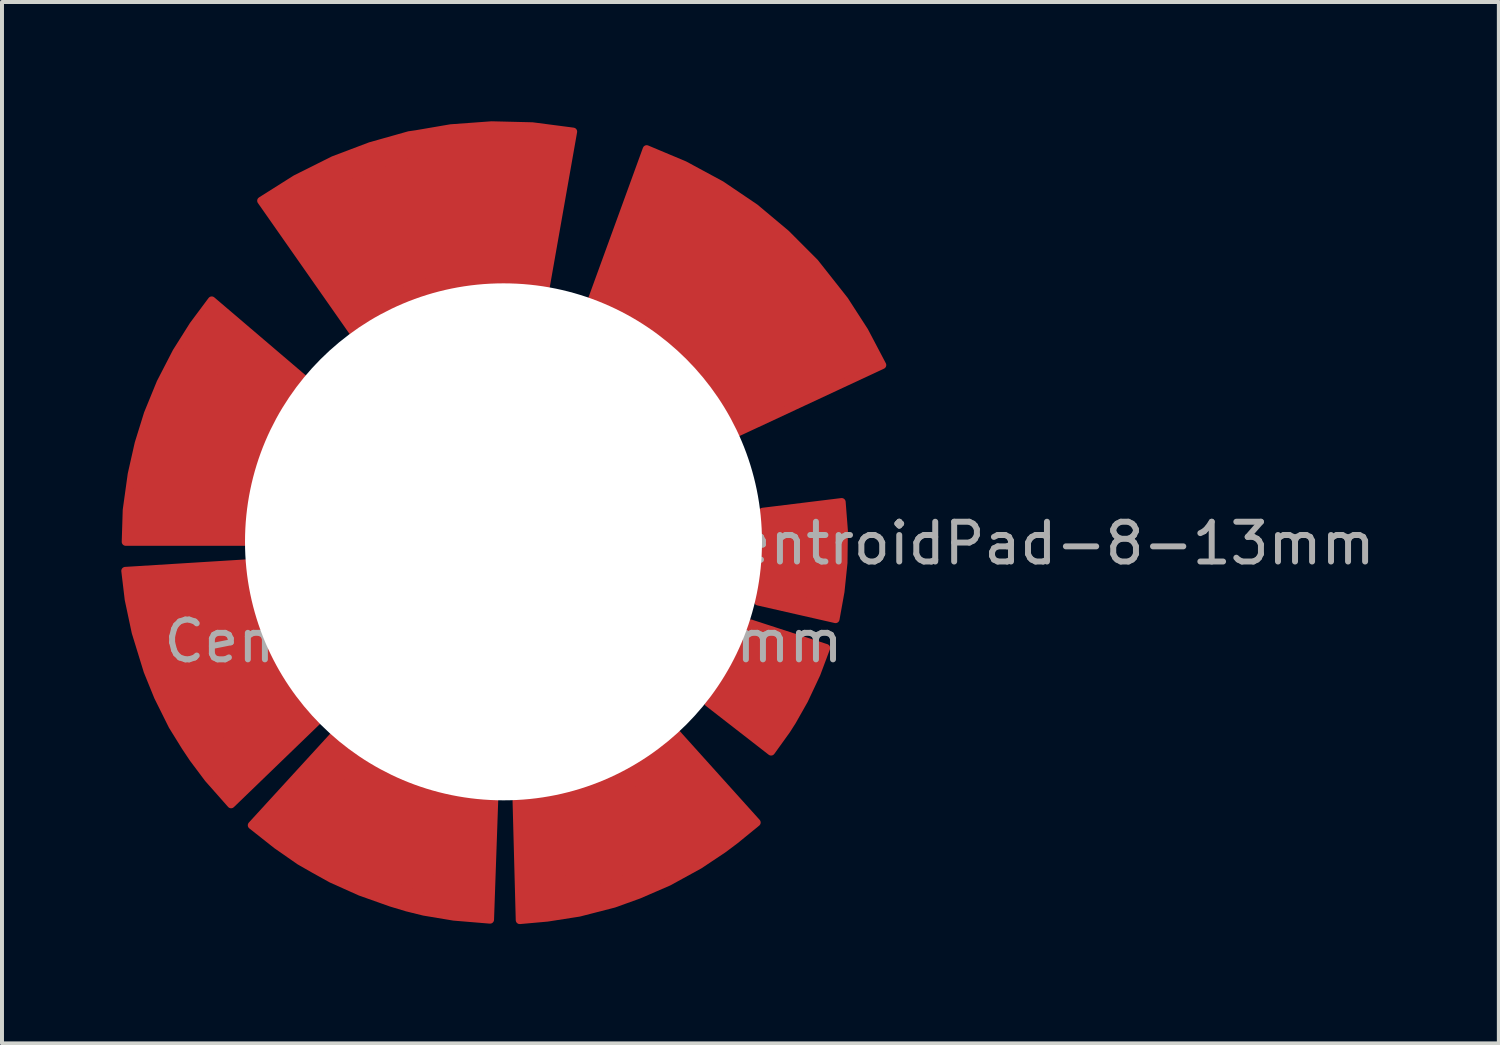
<source format=kicad_pcb>
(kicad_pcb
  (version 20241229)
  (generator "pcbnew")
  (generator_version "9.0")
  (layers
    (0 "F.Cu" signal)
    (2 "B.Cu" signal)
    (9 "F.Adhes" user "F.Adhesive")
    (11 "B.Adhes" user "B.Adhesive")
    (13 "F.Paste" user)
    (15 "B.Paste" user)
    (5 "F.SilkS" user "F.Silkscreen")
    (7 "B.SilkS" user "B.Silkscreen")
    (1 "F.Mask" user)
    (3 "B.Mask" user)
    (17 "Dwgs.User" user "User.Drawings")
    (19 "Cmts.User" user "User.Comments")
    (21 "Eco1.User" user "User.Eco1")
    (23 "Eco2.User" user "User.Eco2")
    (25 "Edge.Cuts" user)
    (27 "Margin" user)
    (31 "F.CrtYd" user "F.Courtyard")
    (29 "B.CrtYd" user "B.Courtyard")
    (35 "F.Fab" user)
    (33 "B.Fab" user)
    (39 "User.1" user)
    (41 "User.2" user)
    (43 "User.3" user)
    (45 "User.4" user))
  (footprint "CentroidPad-8-13mm"
    (layer "F.Cu")
    (at 9.611 10.575)
    (property "Reference" "CentroidPad-8-13mm" (at 13.38 0.04 0) (unlocked yes) (layer "F.Fab") (effects (font (size 1 1) (thickness 0.15))))
    (attr smd)
    (fp_poly (pts (xy 8.35 1.944) (xy 8.475 1.25) (xy 8.55 0.525) (xy 8.56 -0.28) (xy 8.504 -1.001) (xy 6.519 -0.757) (xy 6.57 -0.23) (xy 6.56 0.36) (xy 6.5 0.97) (xy 6.4 1.5) (xy 8.35 1.944)) (stroke (width 0.2) (type solid)) (fill yes) (layer "F.Cu"))
    (fp_poly (pts (xy 6.729 5.274) (xy 7.12 4.73) (xy 7.26 4.51) (xy 7.56 3.98) (xy 7.87 3.32) (xy 8.114 2.669) (xy 6.212 2.051) (xy 6 2.59) (xy 5.78 3.08) (xy 5.45 3.62) (xy 5.15 4.047) (xy 6.729 5.274)) (stroke (width 0.2) (type solid)) (fill yes) (layer "F.Cu"))
    (fp_poly (pts (xy -6.85 6.6) (xy -4.692 4.516) (xy -5.15 4) (xy -5.65 3.275) (xy -5.975 2.65) (xy -6.225 2) (xy -6.4 1.272) (xy -6.494 0.543) (xy -9.511 0.73) (xy -9.425 1.45) (xy -9.25 2.275) (xy -8.95 3.25) (xy -8.688 3.895) (xy -8.325 4.625) (xy -8 5.15) (xy -7.8 5.45) (xy -7.425 5.95) (xy -6.85 6.6)) (stroke (width 0.2) (type solid)) (fill yes) (layer "F.Cu"))
    (fp_poly (pts (xy 0.408 9.512) (xy 0.327 6.49) (xy 1.125 6.4) (xy 1.9 6.225) (xy 2.6 5.975) (xy 3.2 5.675) (xy 3.65 5.375) (xy 4.36 4.828) (xy 6.367 7.058) (xy 5.825 7.5) (xy 5.525 7.725) (xy 4.925 8.125) (xy 4.15 8.55) (xy 3.4 8.875) (xy 2.775 9.1) (xy 1.9 9.325) (xy 1.1 9.45) (xy 0.408 9.512)) (stroke (width 0.2) (type solid)) (fill yes) (layer "F.Cu"))
    (fp_poly (pts (xy -7.337 -6.071) (xy -7.8 -5.45) (xy -8.225 -4.775) (xy -8.625 -4) (xy -8.943 -3.222) (xy -9.175 -2.475) (xy -9.35 -1.7) (xy -9.475 -0.8) (xy -9.5 0) (xy -6.5 0) (xy -6.5 -0.45) (xy -6.425 -1.075) (xy -6.3 -1.65) (xy -6.123 -2.181) (xy -5.85 -2.85) (xy -5.65 -3.25) (xy -5.388 -3.65) (xy -5.036 -4.109) (xy -7.337 -6.071)) (stroke (width 0.2) (type solid)) (fill yes) (layer "F.Cu"))
    (fp_poly (pts (xy -0.338 9.501) (xy -0.233 6.503) (xy -0.725 6.475) (xy -1.5 6.35) (xy -2.15 6.15) (xy -2.925 5.825) (xy -3.575 5.45) (xy -3.95 5.175) (xy -4.289 4.897) (xy -6.33 7.127) (xy -5.7 7.625) (xy -5.125 8.025) (xy -4.775 8.225) (xy -4.325 8.475) (xy -3.6 8.8) (xy -2.825 9.075) (xy -2.425 9.195) (xy -2 9.3) (xy -1.25 9.425) (xy -0.338 9.501)) (stroke (width 0.2) (type solid)) (fill yes) (layer "F.Cu"))
    (fp_poly (pts (xy 2.232 -6.116) (xy 3.6 -9.874) (xy 4.55 -9.475) (xy 5.475 -8.975) (xy 6.325 -8.4) (xy 7.102 -7.749) (xy 7.825 -7.025) (xy 8.575 -6.075) (xy 9.075 -5.3) (xy 9.525 -4.445) (xy 5.9 -2.755) (xy 5.575 -3.375) (xy 5.25 -3.875) (xy 4.85 -4.375) (xy 4.35 -4.85) (xy 3.925 -5.2) (xy 3.575 -5.475) (xy 3.2 -5.7) (xy 2.675 -5.95) (xy 2.232 -6.116)) (stroke (width 0.2) (type solid)) (fill yes) (layer "F.Cu"))
    (fp_poly (pts (xy 1.752 -10.316) (xy 1.057 -6.377) (xy 0.425 -6.475) (xy -0.2 -6.475) (xy -0.85 -6.45) (xy -1.479 -6.321) (xy -2.125 -6.15) (xy -2.7 -5.925) (xy -3.275 -5.65) (xy -3.8 -5.3) (xy -6.094 -8.577) (xy -5.225 -9.125) (xy -5.075 -9.2) (xy -4.275 -9.6) (xy -3.35 -9.95) (xy -2.375 -10.225) (xy -2.2 -10.25) (xy -1.325 -10.4) (xy -0.3 -10.475) (xy 0.725 -10.45) (xy 1.752 -10.316)) (stroke (width 0.2) (type solid)) (fill yes) (layer "F.Cu"))
    (fp_poly (pts (xy 8.35 1.944) (xy 8.475 1.25) (xy 8.55 0.525) (xy 8.56 -0.28) (xy 8.504 -1.001) (xy 6.519 -0.757) (xy 6.57 -0.23) (xy 6.56 0.36) (xy 6.5 0.97) (xy 6.4 1.5) (xy 8.35 1.944)) (stroke (width 0.2) (type solid)) (fill yes) (layer "F.Mask"))
    (fp_poly (pts (xy 6.729 5.274) (xy 7.12 4.73) (xy 7.26 4.51) (xy 7.56 3.98) (xy 7.87 3.32) (xy 8.114 2.669) (xy 6.212 2.051) (xy 6 2.59) (xy 5.78 3.08) (xy 5.45 3.62) (xy 5.15 4.047) (xy 6.729 5.274)) (stroke (width 0.2) (type solid)) (fill yes) (layer "F.Mask"))
    (fp_poly (pts (xy -6.85 6.6) (xy -4.692 4.516) (xy -5.15 4) (xy -5.65 3.275) (xy -5.975 2.65) (xy -6.225 2) (xy -6.4 1.272) (xy -6.494 0.543) (xy -9.511 0.73) (xy -9.425 1.45) (xy -9.25 2.275) (xy -8.95 3.25) (xy -8.688 3.895) (xy -8.325 4.625) (xy -8 5.15) (xy -7.8 5.45) (xy -7.425 5.95) (xy -6.85 6.6)) (stroke (width 0.2) (type solid)) (fill yes) (layer "F.Mask"))
    (fp_poly (pts (xy 0.408 9.512) (xy 0.327 6.49) (xy 1.125 6.4) (xy 1.9 6.225) (xy 2.6 5.975) (xy 3.2 5.675) (xy 3.65 5.375) (xy 4.36 4.828) (xy 6.367 7.058) (xy 5.825 7.5) (xy 5.525 7.725) (xy 4.925 8.125) (xy 4.15 8.55) (xy 3.4 8.875) (xy 2.775 9.1) (xy 1.9 9.325) (xy 1.1 9.45) (xy 0.408 9.512)) (stroke (width 0.2) (type solid)) (fill yes) (layer "F.Mask"))
    (fp_poly (pts (xy -7.337 -6.071) (xy -7.8 -5.45) (xy -8.225 -4.775) (xy -8.625 -4) (xy -8.943 -3.222) (xy -9.175 -2.475) (xy -9.35 -1.7) (xy -9.475 -0.8) (xy -9.5 0) (xy -6.5 0) (xy -6.5 -0.45) (xy -6.425 -1.075) (xy -6.3 -1.65) (xy -6.123 -2.181) (xy -5.85 -2.85) (xy -5.65 -3.25) (xy -5.388 -3.65) (xy -5.036 -4.109) (xy -7.337 -6.071)) (stroke (width 0.2) (type solid)) (fill yes) (layer "F.Mask"))
    (fp_poly (pts (xy -0.338 9.501) (xy -0.233 6.503) (xy -0.725 6.475) (xy -1.5 6.35) (xy -2.15 6.15) (xy -2.925 5.825) (xy -3.575 5.45) (xy -3.95 5.175) (xy -4.289 4.897) (xy -6.33 7.127) (xy -5.7 7.625) (xy -5.125 8.025) (xy -4.775 8.225) (xy -4.325 8.475) (xy -3.6 8.8) (xy -2.825 9.075) (xy -2.425 9.195) (xy -2 9.3) (xy -1.25 9.425) (xy -0.338 9.501)) (stroke (width 0.2) (type solid)) (fill yes) (layer "F.Mask"))
    (fp_poly (pts (xy 2.232 -6.116) (xy 3.6 -9.874) (xy 4.55 -9.475) (xy 5.475 -8.975) (xy 6.325 -8.4) (xy 7.102 -7.749) (xy 7.825 -7.025) (xy 8.575 -6.075) (xy 9.075 -5.3) (xy 9.525 -4.445) (xy 5.9 -2.755) (xy 5.575 -3.375) (xy 5.25 -3.875) (xy 4.85 -4.375) (xy 4.35 -4.85) (xy 3.925 -5.2) (xy 3.575 -5.475) (xy 3.2 -5.7) (xy 2.675 -5.95) (xy 2.232 -6.116)) (stroke (width 0.2) (type solid)) (fill yes) (layer "F.Mask"))
    (fp_poly (pts (xy 1.752 -10.316) (xy 1.057 -6.377) (xy 0.425 -6.475) (xy -0.2 -6.475) (xy -0.85 -6.45) (xy -1.479 -6.321) (xy -2.125 -6.15) (xy -2.7 -5.925) (xy -3.275 -5.65) (xy -3.8 -5.3) (xy -6.094 -8.577) (xy -5.225 -9.125) (xy -5.075 -9.2) (xy -4.275 -9.6) (xy -3.35 -9.95) (xy -2.375 -10.225) (xy -2.2 -10.25) (xy -1.325 -10.4) (xy -0.3 -10.475) (xy 0.725 -10.45) (xy 1.752 -10.316)) (stroke (width 0.2) (type solid)) (fill yes) (layer "F.Mask"))
    (fp_text user "${REFERENCE}" (at 0 2.5 0) (unlocked yes) (layer "F.Fab") (effects (font (size 1 1) (thickness 0.15))))
    (pad "" np_thru_hole circle (at 0 0) (size 13 13) (drill 13) (layers "*.Cu" "*.Mask"))
    (pad "1" connect rect (at 5.6 -6.2 315) (size 4 3) (layers "F.Cu" "F.Mask"))
    (pad "2" connect rect (at -2 -8.2 20) (size 4 3) (layers "F.Cu" "F.Mask"))
    (pad "3" connect rect (at -7.4 -2.6 60) (size 3 2) (layers "F.Cu" "F.Mask"))
    (pad "4" connect rect (at -7.4 3.4 120) (size 3 2) (layers "F.Cu" "F.Mask"))
    (pad "5" connect rect (at -3 7.4 160) (size 3 2) (layers "F.Cu" "F.Mask"))
    (pad "6" connect rect (at 2.8 7.4 200) (size 3 2) (layers "F.Cu" "F.Mask"))
    (pad "7" connect rect (at 6.6 3.6 250) (size 2 1) (layers "F.Cu" "F.Mask"))
    (pad "8" connect rect (at 7.6 0.4 265) (size 2 1) (layers "F.Cu" "F.Mask")))
  (gr_rect
    (start -3 -3)
    (end 34.64 23.187)
    (stroke (width 0.1) (type default))
    (fill no)
    (layer "Edge.Cuts")))
</source>
